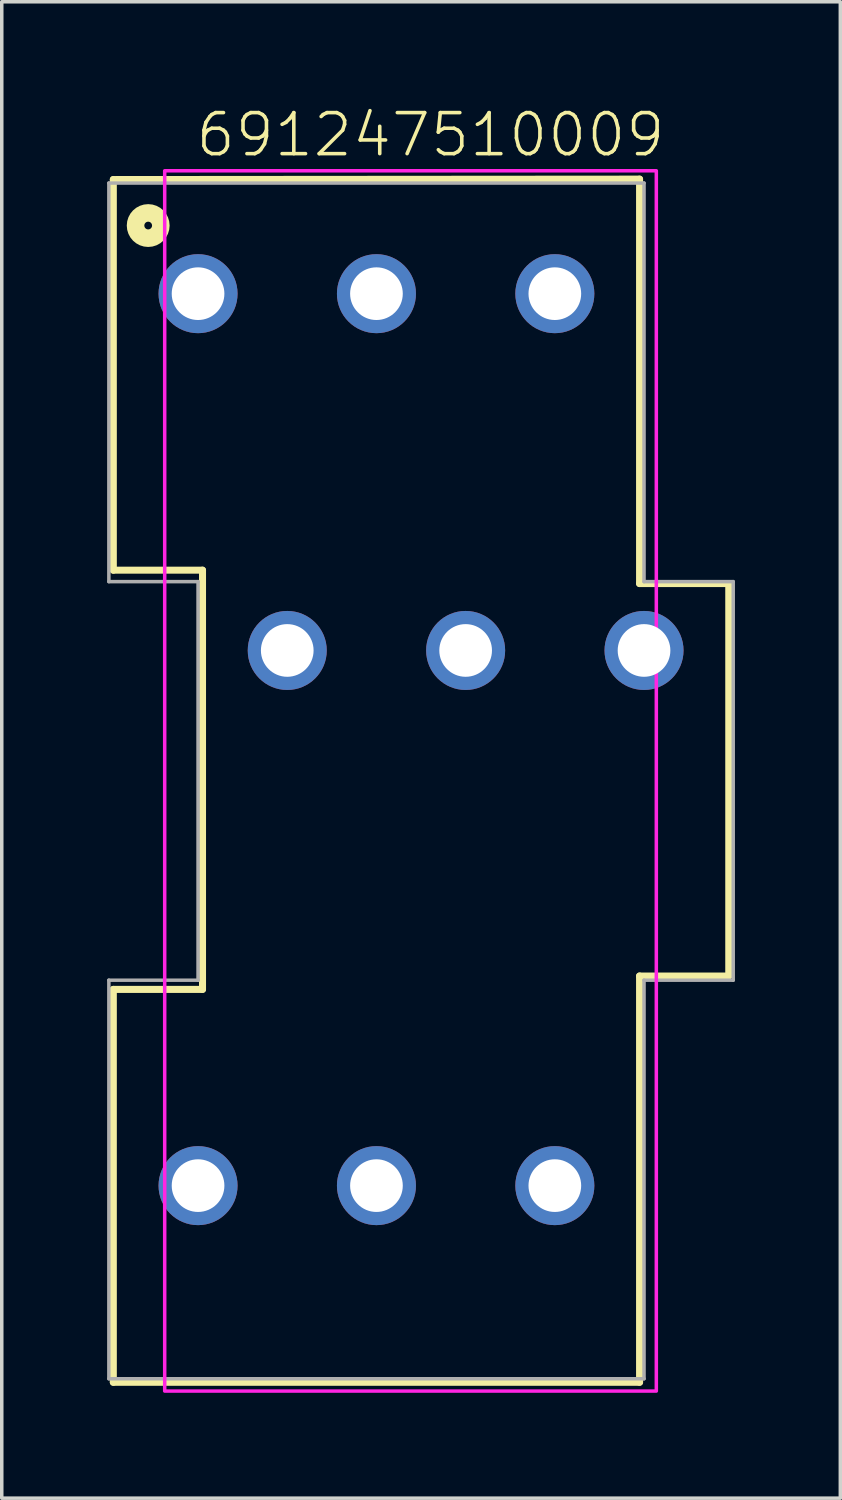
<source format=kicad_pcb>
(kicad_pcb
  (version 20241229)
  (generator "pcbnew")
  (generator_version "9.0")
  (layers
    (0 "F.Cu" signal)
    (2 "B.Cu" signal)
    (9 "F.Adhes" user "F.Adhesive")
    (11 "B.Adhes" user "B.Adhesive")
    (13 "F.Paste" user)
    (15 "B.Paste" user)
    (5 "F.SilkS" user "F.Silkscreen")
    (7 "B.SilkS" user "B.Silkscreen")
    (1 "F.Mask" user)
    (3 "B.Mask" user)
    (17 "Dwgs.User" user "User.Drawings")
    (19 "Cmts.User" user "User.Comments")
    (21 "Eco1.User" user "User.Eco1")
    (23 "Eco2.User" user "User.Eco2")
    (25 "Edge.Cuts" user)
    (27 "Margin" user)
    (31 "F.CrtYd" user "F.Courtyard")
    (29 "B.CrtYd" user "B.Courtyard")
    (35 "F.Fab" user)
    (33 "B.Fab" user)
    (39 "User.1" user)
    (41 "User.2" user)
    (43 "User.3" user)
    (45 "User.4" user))
  (footprint "691247510009"
    (layer "F.Cu")
    (at 10.21 15.473)
    (property "Reference" "691247510009" (at -1 -14 0) (layer "F.SilkS") (effects (font (size 1.168 1.168) (thickness 0.102)) (justify bottom)))
    (attr through_hole)
    (fp_line (start -10.033 -13.41) (end 4.953 -13.422) (stroke (width 0.2) (type solid)) (layer "F.SilkS"))
    (fp_line (start -10.033 -2.286) (end -10.033 -13.41) (stroke (width 0.2) (type solid)) (layer "F.SilkS"))
    (fp_line (start -10.033 9.652) (end -7.493 9.652) (stroke (width 0.2) (type solid)) (layer "F.SilkS"))
    (fp_line (start -10.033 20.84) (end -10.033 9.652) (stroke (width 0.2) (type solid)) (layer "F.SilkS"))
    (fp_line (start -7.493 -2.286) (end -10.033 -2.286) (stroke (width 0.2) (type solid)) (layer "F.SilkS"))
    (fp_line (start -7.493 9.652) (end -7.493 -2.286) (stroke (width 0.2) (type solid)) (layer "F.SilkS"))
    (fp_line (start 4.953 -13.422) (end 4.953 -1.905) (stroke (width 0.2) (type solid)) (layer "F.SilkS"))
    (fp_line (start 4.953 -1.905) (end 7.493 -1.905) (stroke (width 0.2) (type solid)) (layer "F.SilkS"))
    (fp_line (start 4.953 9.271) (end 4.953 20.84) (stroke (width 0.2) (type solid)) (layer "F.SilkS"))
    (fp_line (start 4.953 20.84) (end -10.033 20.84) (stroke (width 0.2) (type solid)) (layer "F.SilkS"))
    (fp_line (start 7.493 -1.905) (end 7.493 9.271) (stroke (width 0.2) (type solid)) (layer "F.SilkS"))
    (fp_line (start 7.493 9.271) (end 4.953 9.271) (stroke (width 0.2) (type solid)) (layer "F.SilkS"))
    (fp_circle (center -9.04 -12.1) (end -8.93 -12.1) (stroke (width 0.5) (type solid)) (fill no) (layer "F.SilkS"))
    (fp_poly (pts (xy 5.43 21.09) (xy -8.57 21.09) (xy -8.57 -13.66) (xy 5.43 -13.66)) (stroke (width 0.1) (type solid)) (fill no) (layer "F.CrtYd"))
    (fp_line (start -10.16 -13.31) (end -10.16 -1.96) (stroke (width 0.1) (type solid)) (layer "F.Fab"))
    (fp_line (start -10.16 -1.96) (end -7.62 -1.96) (stroke (width 0.1) (type solid)) (layer "F.Fab"))
    (fp_line (start -10.16 9.39) (end -7.62 9.39) (stroke (width 0.1) (type solid)) (layer "F.Fab"))
    (fp_line (start -10.16 20.74) (end -10.16 9.39) (stroke (width 0.1) (type solid)) (layer "F.Fab"))
    (fp_line (start -7.62 9.39) (end -7.62 -1.96) (stroke (width 0.1) (type solid)) (layer "F.Fab"))
    (fp_line (start 5.08 -13.31) (end -10.16 -13.31) (stroke (width 0.1) (type solid)) (layer "F.Fab"))
    (fp_line (start 5.08 -1.96) (end 5.08 -13.31) (stroke (width 0.1) (type solid)) (layer "F.Fab"))
    (fp_line (start 5.08 9.39) (end 5.08 20.74) (stroke (width 0.1) (type solid)) (layer "F.Fab"))
    (fp_line (start 5.08 20.74) (end -10.16 20.74) (stroke (width 0.1) (type solid)) (layer "F.Fab"))
    (fp_line (start 7.62 -1.96) (end 5.08 -1.96) (stroke (width 0.1) (type solid)) (layer "F.Fab"))
    (fp_line (start 7.62 -1.96) (end 7.62 9.39) (stroke (width 0.1) (type solid)) (layer "F.Fab"))
    (fp_line (start 7.62 9.39) (end 5.08 9.39) (stroke (width 0.1) (type solid)) (layer "F.Fab"))
    (pad "1" thru_hole circle (at -7.62 -10.16) (size 2.25 2.25) (drill 1.5) (layers "*.Cu" "*.Mask"))
    (pad "2" thru_hole circle (at -2.54 -10.16) (size 2.25 2.25) (drill 1.5) (layers "*.Cu" "*.Mask"))
    (pad "3" thru_hole circle (at 2.54 -10.16) (size 2.25 2.25) (drill 1.5) (layers "*.Cu" "*.Mask"))
    (pad "4" thru_hole circle (at -5.08 0) (size 2.25 2.25) (drill 1.5) (layers "*.Cu" "*.Mask"))
    (pad "5" thru_hole circle (at 0 0) (size 2.25 2.25) (drill 1.5) (layers "*.Cu" "*.Mask"))
    (pad "6" thru_hole circle (at 5.08 0) (size 2.25 2.25) (drill 1.5) (layers "*.Cu" "*.Mask"))
    (pad "7" thru_hole circle (at -7.62 15.24) (size 2.25 2.25) (drill 1.5) (layers "*.Cu" "*.Mask"))
    (pad "8" thru_hole circle (at -2.54 15.24) (size 2.25 2.25) (drill 1.5) (layers "*.Cu" "*.Mask"))
    (pad "9" thru_hole circle (at 2.54 15.24) (size 2.25 2.25) (drill 1.5) (layers "*.Cu" "*.Mask")))
  (gr_rect
    (start -3 -3)
    (end 20.88 39.613)
    (stroke (width 0.1) (type default))
    (fill no)
    (layer "Edge.Cuts")))
</source>
